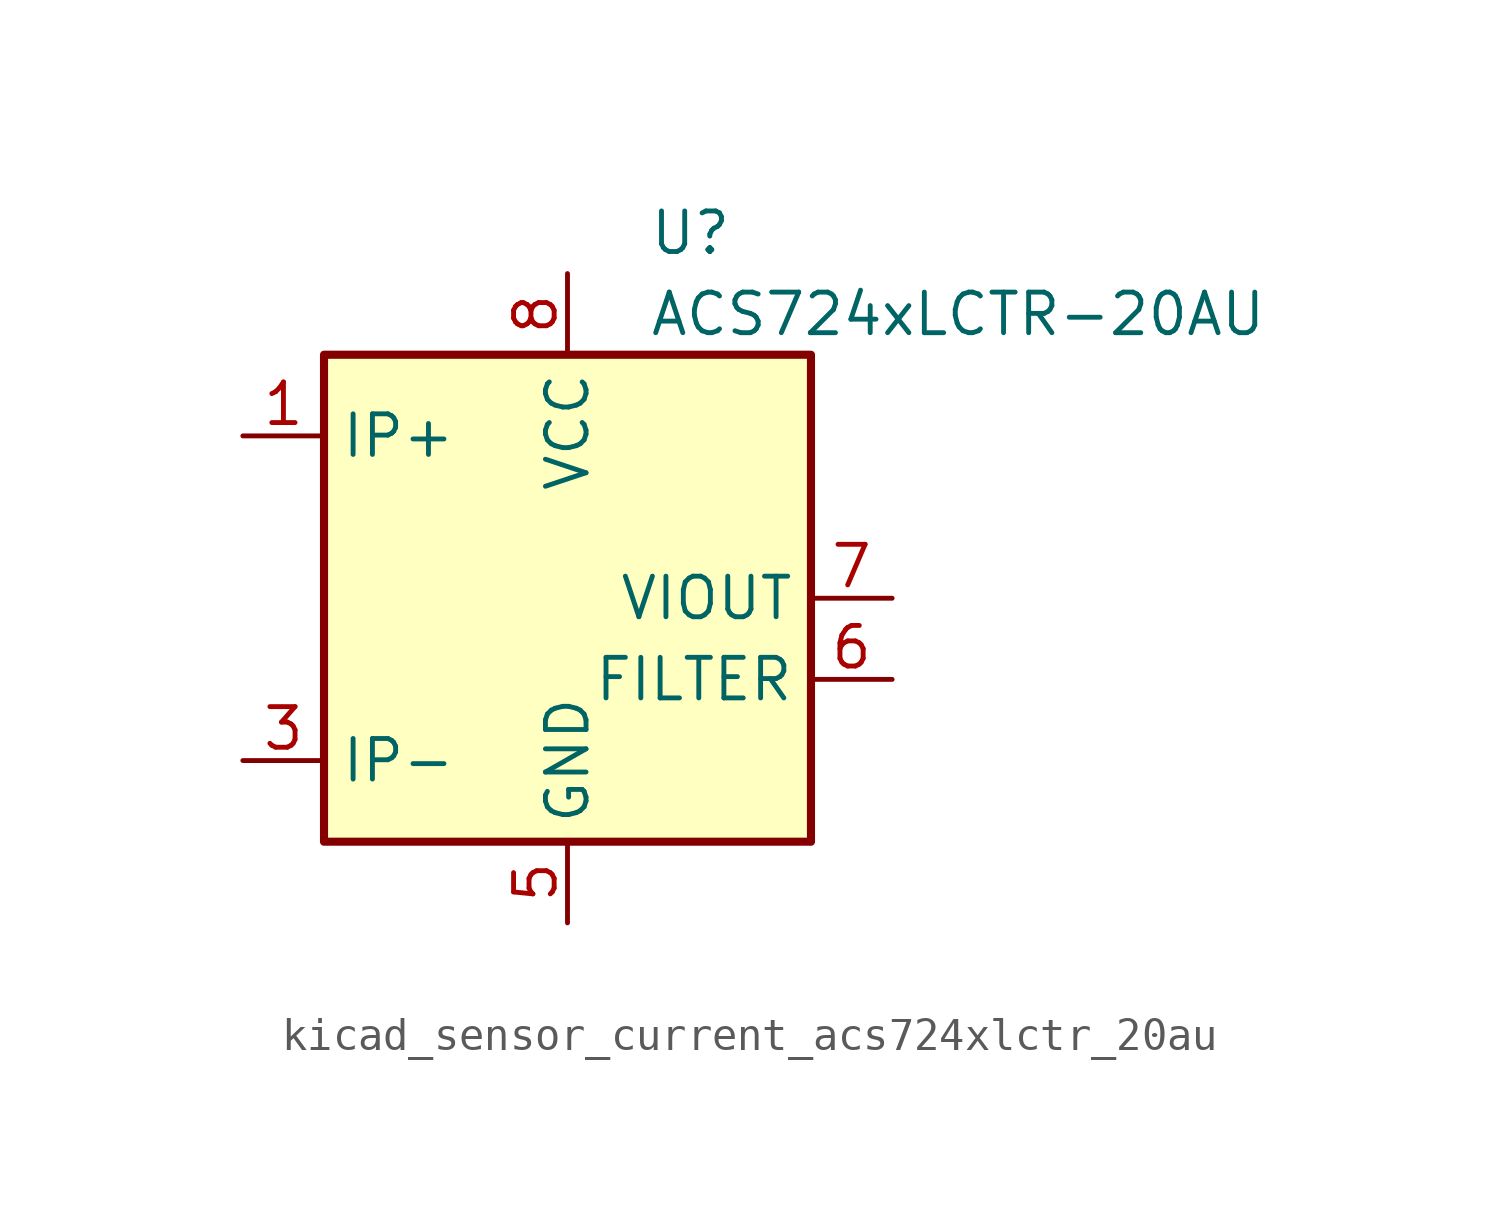
<source format=kicad_sym>
(kicad_symbol_lib
  (version 20220914)
  (generator kicad_symbol_editor)
  (symbol "kicad_sensor_current_acs724xlctr_20au"
    (property "Reference" "U"
      (at 2.54 11.43 0)
      (effects (font (size 1.27 1.27)) (justify left)))
    (property "Value" "ACS724xLCTR-20AU"
      (at 2.54 8.89 0)
      (effects (font (size 1.27 1.27)) (justify left)))
    (symbol "kicad_sensor_current_acs724xlctr_20au_0_1"
      (rectangle (start -7.62 7.62) (end 7.62 -7.62) (stroke (width 0.254) (type default)) (fill (type background))))
    (symbol "kicad_sensor_current_acs724xlctr_20au_1_1"
      (pin passive line (at -10.16 5.08 0) (length 2.54) (name "IP+" (effects (font (size 1.27 1.27)))) (number "1" (effects (font (size 1.27 1.27)))))
      (pin passive line (at -10.16 5.08 0) (length 2.54) hide (name "IP+" (effects (font (size 1.27 1.27)))) (number "2" (effects (font (size 1.27 1.27)))))
      (pin passive line (at -10.16 -5.08 0) (length 2.54) (name "IP-" (effects (font (size 1.27 1.27)))) (number "3" (effects (font (size 1.27 1.27)))))
      (pin passive line (at -10.16 -5.08 0) (length 2.54) hide (name "IP-" (effects (font (size 1.27 1.27)))) (number "4" (effects (font (size 1.27 1.27)))))
      (pin power_in line (at 0 -10.16 90) (length 2.54) (name "GND" (effects (font (size 1.27 1.27)))) (number "5" (effects (font (size 1.27 1.27)))))
      (pin passive line (at 10.16 -2.54 180) (length 2.54) (name "FILTER" (effects (font (size 1.27 1.27)))) (number "6" (effects (font (size 1.27 1.27)))))
      (pin output line (at 10.16 0 180) (length 2.54) (name "VIOUT" (effects (font (size 1.27 1.27)))) (number "7" (effects (font (size 1.27 1.27)))))
      (pin power_in line (at 0 10.16 270) (length 2.54) (name "VCC" (effects (font (size 1.27 1.27)))) (number "8" (effects (font (size 1.27 1.27))))))))
</source>
